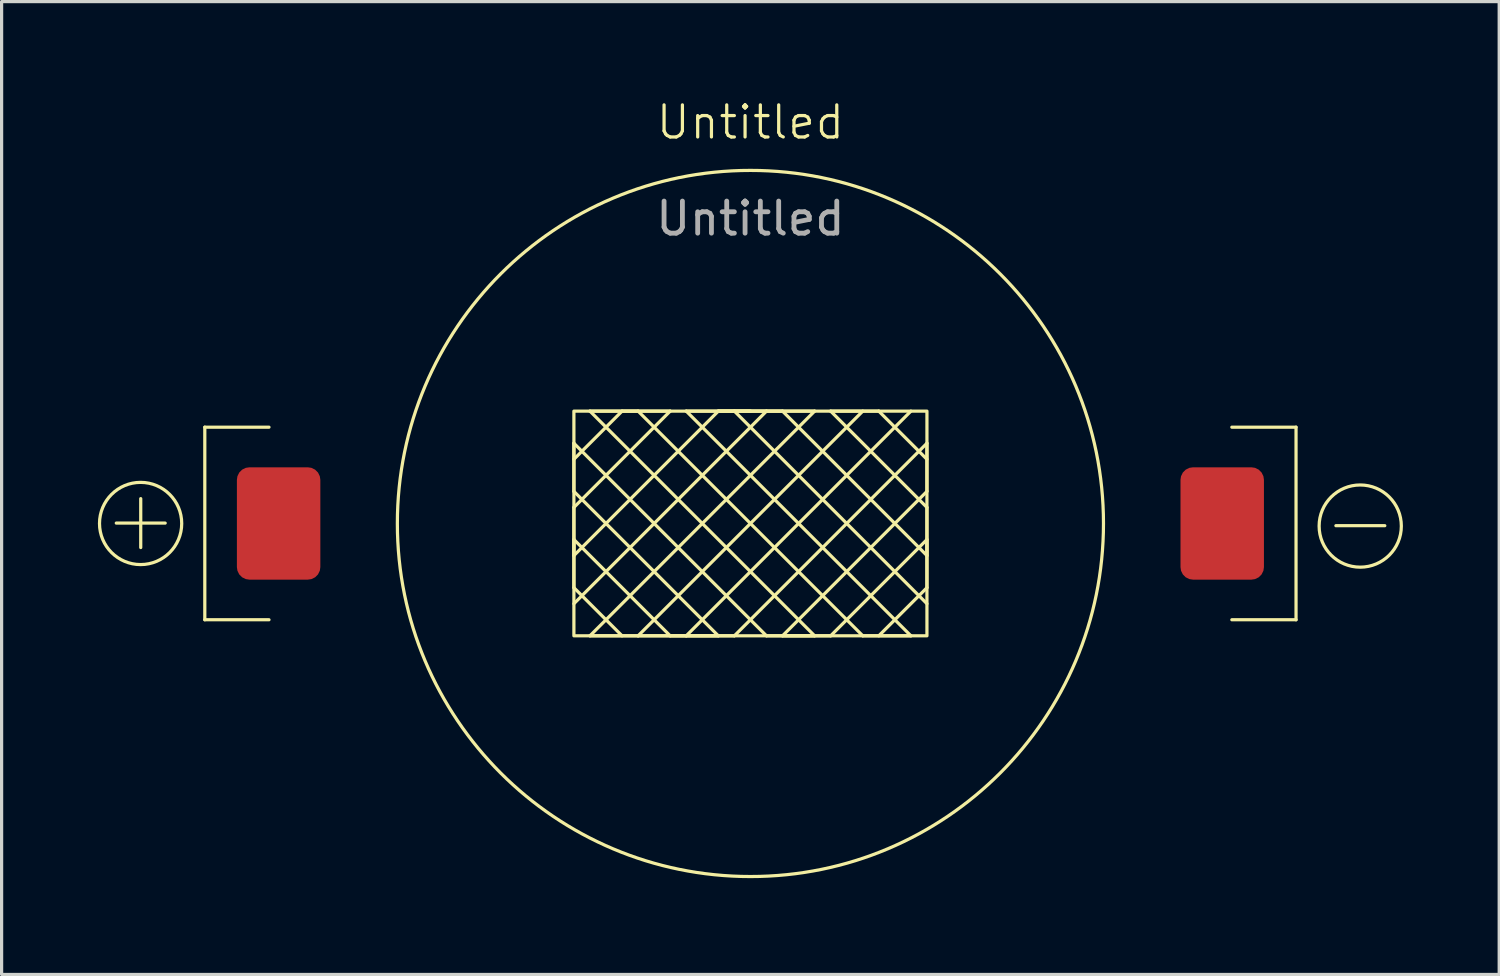
<source format=kicad_pcb>
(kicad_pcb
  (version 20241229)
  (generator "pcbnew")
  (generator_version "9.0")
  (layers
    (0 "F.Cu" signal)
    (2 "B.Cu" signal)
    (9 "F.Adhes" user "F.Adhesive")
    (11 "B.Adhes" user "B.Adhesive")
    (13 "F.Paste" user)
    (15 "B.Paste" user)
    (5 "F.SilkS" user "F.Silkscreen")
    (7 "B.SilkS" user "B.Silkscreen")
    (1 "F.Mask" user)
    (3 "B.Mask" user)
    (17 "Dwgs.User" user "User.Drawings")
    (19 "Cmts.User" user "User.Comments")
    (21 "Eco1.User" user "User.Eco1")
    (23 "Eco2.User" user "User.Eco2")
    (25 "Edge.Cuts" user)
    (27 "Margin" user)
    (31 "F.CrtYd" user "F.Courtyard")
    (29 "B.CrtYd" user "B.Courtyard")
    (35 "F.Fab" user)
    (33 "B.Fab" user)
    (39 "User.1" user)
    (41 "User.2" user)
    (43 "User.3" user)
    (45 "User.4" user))
  (footprint "Untitled"
    (layer "F.Cu")
    (at 20.331 1.26)
    (property "Reference" "Untitled" (at 0 -0.5 0) (unlocked yes) (layer "F.SilkS") (effects (font (size 1 1) (thickness 0.1))))
    (attr smd)
    (fp_line (start -17 9) (end -17 15) (stroke (width 0.1) (type default)) (layer "F.SilkS"))
    (fp_line (start -17 15) (end -15 15) (stroke (width 0.1) (type default)) (layer "F.SilkS"))
    (fp_line (start -15 9) (end -17 9) (stroke (width 0.1) (type default)) (layer "F.SilkS"))
    (fp_line (start -5.5 9.5) (end -5.5 11) (stroke (width 0.1) (type default)) (layer "F.SilkS"))
    (fp_line (start -5.5 10) (end -4 8.5) (stroke (width 0.1) (type default)) (layer "F.SilkS"))
    (fp_line (start -5.5 11) (end -1 15.5) (stroke (width 0.1) (type default)) (layer "F.SilkS"))
    (fp_line (start -5.5 11.5) (end -5.5 13) (stroke (width 0.1) (type default)) (layer "F.SilkS"))
    (fp_line (start -5.5 12.5) (end -5.5 14) (stroke (width 0.1) (type default)) (layer "F.SilkS"))
    (fp_line (start -5.5 13) (end -1 8.5) (stroke (width 0.1) (type default)) (layer "F.SilkS"))
    (fp_line (start -5.5 14) (end -4 15.5) (stroke (width 0.1) (type default)) (layer "F.SilkS"))
    (fp_line (start -5 8.5) (end 2 15.5) (stroke (width 0.1) (type default)) (layer "F.SilkS"))
    (fp_line (start -5 15.5) (end -3.5 15.5) (stroke (width 0.1) (type default)) (layer "F.SilkS"))
    (fp_line (start -4 8.5) (end -2.5 8.5) (stroke (width 0.1) (type default)) (layer "F.SilkS"))
    (fp_line (start -3.5 8.5) (end -5 8.5) (stroke (width 0.1) (type default)) (layer "F.SilkS"))
    (fp_line (start -3.5 15.5) (end -2 15.5) (stroke (width 0.1) (type default)) (layer "F.SilkS"))
    (fp_line (start -3.5 15.5) (end 3.5 8.5) (stroke (width 0.1) (type default)) (layer "F.SilkS"))
    (fp_line (start -2.5 8.5) (end -5.5 11.5) (stroke (width 0.1) (type default)) (layer "F.SilkS"))
    (fp_line (start -2.5 15.5) (end -5.5 12.5) (stroke (width 0.1) (type default)) (layer "F.SilkS"))
    (fp_line (start -2 8.5) (end 5 15.5) (stroke (width 0.1) (type default)) (layer "F.SilkS"))
    (fp_line (start -2 15.5) (end -0.5 15.5) (stroke (width 0.1) (type default)) (layer "F.SilkS"))
    (fp_line (start -2 15.5) (end 5 8.5) (stroke (width 0.1) (type default)) (layer "F.SilkS"))
    (fp_line (start -1 8.5) (end 0 8.5) (stroke (width 0.1) (type default)) (layer "F.SilkS"))
    (fp_line (start -1 8.5) (end 0 8.5) (stroke (width 0.1) (type default)) (layer "F.SilkS"))
    (fp_line (start -1 8.5) (end 0.5 8.5) (stroke (width 0.1) (type default)) (layer "F.SilkS"))
    (fp_line (start -1 15.5) (end -2.5 15.5) (stroke (width 0.1) (type default)) (layer "F.SilkS"))
    (fp_line (start -0.5 8.5) (end -2 8.5) (stroke (width 0.1) (type default)) (layer "F.SilkS"))
    (fp_line (start -0.5 8.5) (end 5.5 14.5) (stroke (width 0.1) (type default)) (layer "F.SilkS"))
    (fp_line (start -0.5 15.5) (end 5.5 9.5) (stroke (width 0.1) (type default)) (layer "F.SilkS"))
    (fp_line (start 0.5 8.5) (end -5.5 14.5) (stroke (width 0.1) (type default)) (layer "F.SilkS"))
    (fp_line (start 0.5 8.5) (end 2 8.5) (stroke (width 0.1) (type default)) (layer "F.SilkS"))
    (fp_line (start 0.5 15.5) (end -5.5 9.5) (stroke (width 0.1) (type default)) (layer "F.SilkS"))
    (fp_line (start 1 8.5) (end -0.5 8.5) (stroke (width 0.1) (type default)) (layer "F.SilkS"))
    (fp_line (start 1 15.5) (end 2.5 15.5) (stroke (width 0.1) (type default)) (layer "F.SilkS"))
    (fp_line (start 2 8.5) (end -5 15.5) (stroke (width 0.1) (type default)) (layer "F.SilkS"))
    (fp_line (start 2 15.5) (end 0.5 15.5) (stroke (width 0.1) (type default)) (layer "F.SilkS"))
    (fp_line (start 2.5 8.5) (end 5.5 11.5) (stroke (width 0.1) (type default)) (layer "F.SilkS"))
    (fp_line (start 2.5 15.5) (end 5.5 12.5) (stroke (width 0.1) (type default)) (layer "F.SilkS"))
    (fp_line (start 3.5 15.5) (end -3.5 8.5) (stroke (width 0.1) (type default)) (layer "F.SilkS"))
    (fp_line (start 4 8.5) (end 2.5 8.5) (stroke (width 0.1) (type default)) (layer "F.SilkS"))
    (fp_line (start 5 15.5) (end 3.5 15.5) (stroke (width 0.1) (type default)) (layer "F.SilkS"))
    (fp_line (start 5.5 9.5) (end 5.5 11) (stroke (width 0.1) (type default)) (layer "F.SilkS"))
    (fp_line (start 5.5 10) (end 4 8.5) (stroke (width 0.1) (type default)) (layer "F.SilkS"))
    (fp_line (start 5.5 11) (end 1 15.5) (stroke (width 0.1) (type default)) (layer "F.SilkS"))
    (fp_line (start 5.5 11.5) (end 5.5 13) (stroke (width 0.1) (type default)) (layer "F.SilkS"))
    (fp_line (start 5.5 12.5) (end 5.5 14) (stroke (width 0.1) (type default)) (layer "F.SilkS"))
    (fp_line (start 5.5 13) (end 1 8.5) (stroke (width 0.1) (type default)) (layer "F.SilkS"))
    (fp_line (start 5.5 14) (end 4 15.5) (stroke (width 0.1) (type default)) (layer "F.SilkS"))
    (fp_line (start 15 15) (end 17 15) (stroke (width 0.1) (type default)) (layer "F.SilkS"))
    (fp_line (start 17 9) (end 15 9) (stroke (width 0.1) (type default)) (layer "F.SilkS"))
    (fp_line (start 17 15) (end 17 9) (stroke (width 0.1) (type default)) (layer "F.SilkS"))
    (fp_rect (start -5.5 8.5) (end 5.5 15.5) (stroke (width 0.1) (type default)) (fill no) (layer "F.SilkS"))
    (fp_circle (center -19 12) (end -18.2 11) (stroke (width 0.1) (type default)) (fill no) (layer "F.SilkS"))
    (fp_circle (center 0 12) (end 0.1 23) (stroke (width 0.1) (type default)) (fill no) (layer "F.SilkS"))
    (fp_circle (center 19 12.081) (end 19.8 11.081) (stroke (width 0.1) (type default)) (fill no) (layer "F.SilkS"))
    (fp_text user "-" (at 17.7 13.081 0) (unlocked yes) (layer "F.SilkS") (effects (font (size 2 2) (thickness 0.1)) (justify left bottom)))
    (fp_text user "+" (at -20.3 13 0) (unlocked yes) (layer "F.SilkS") (effects (font (size 2 2) (thickness 0.1)) (justify left bottom)))
    (fp_text user "${REFERENCE}" (at 0 2.5 0) (unlocked yes) (layer "F.Fab") (effects (font (size 1 1) (thickness 0.15))))
    (pad "1" smd roundrect (at -14.7 12) (size 2.6 3.5) (layers "F.Cu" "F.Mask" "F.Paste") (roundrect_rratio 0.15))
    (pad "2" smd roundrect (at 14.7 12) (size 2.6 3.5) (layers "F.Cu" "F.Mask" "F.Paste") (roundrect_rratio 0.15)))
  (gr_rect
    (start -3 -3)
    (end 43.661 27.311)
    (stroke (width 0.1) (type default))
    (fill no)
    (layer "Edge.Cuts")))
</source>
